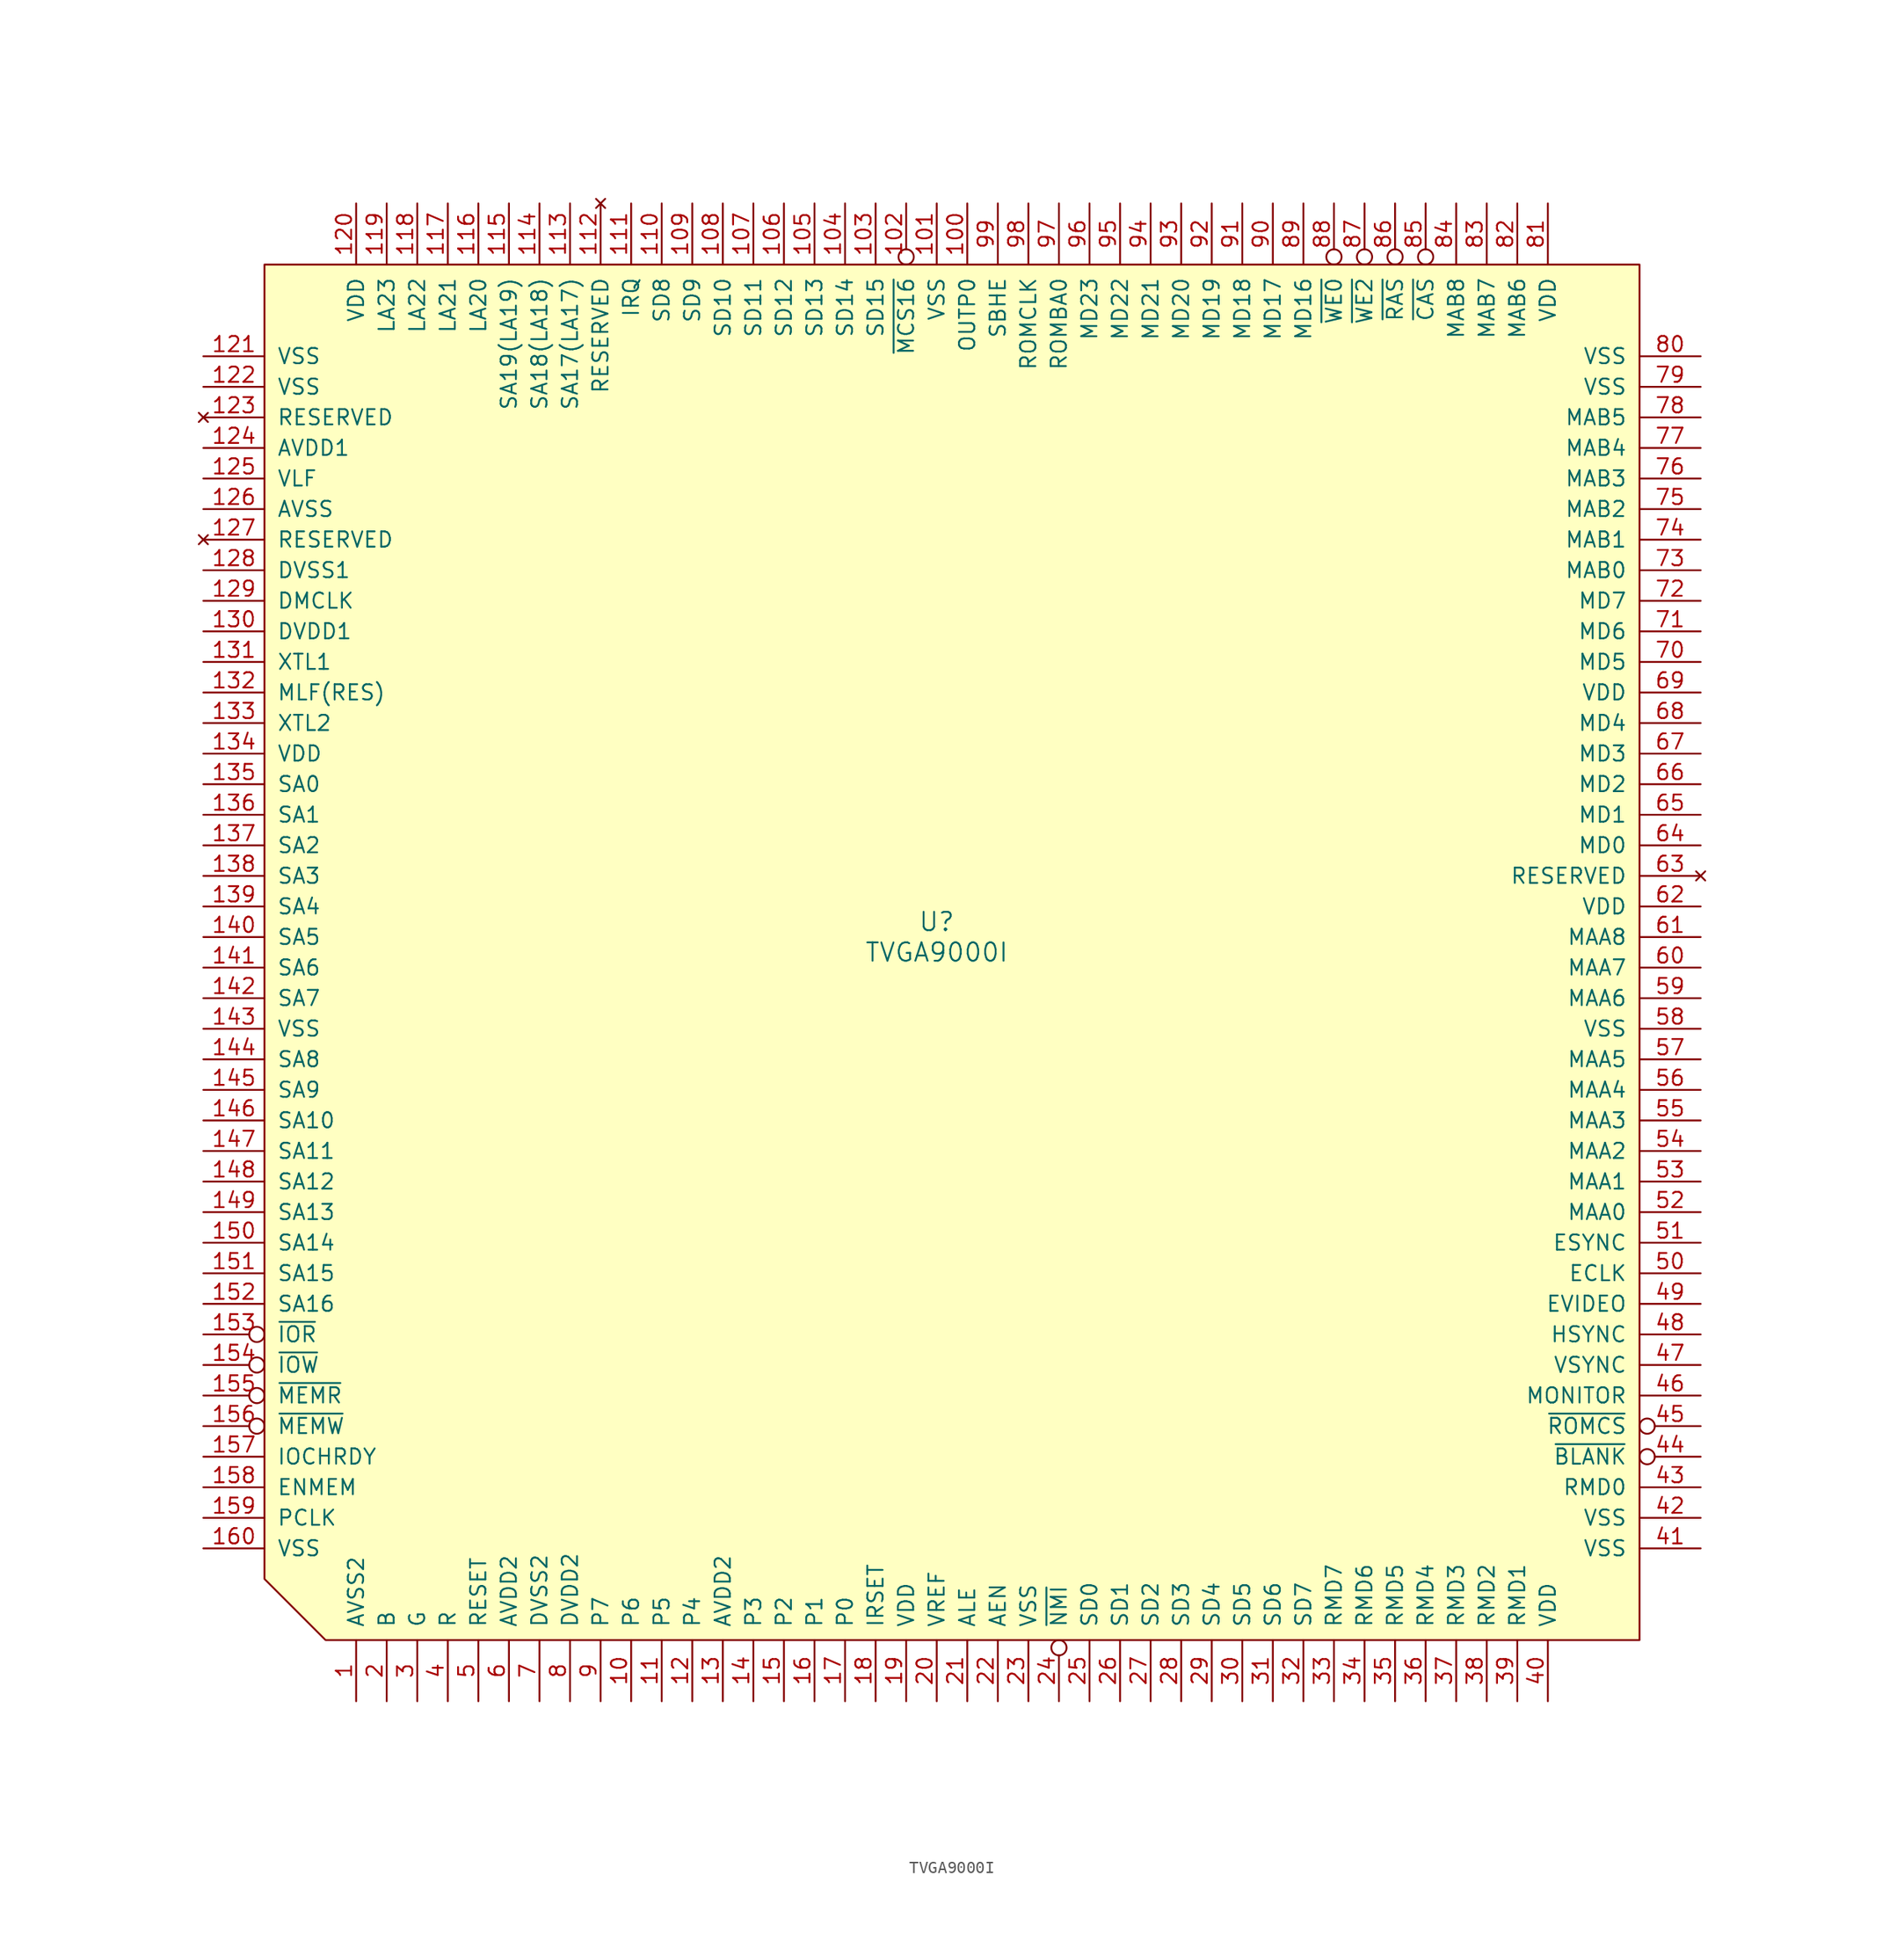
<source format=kicad_sym>
(kicad_symbol_lib
  (version 20211014)
  (generator kicad_symbol_editor)
  (symbol "TVGA9000I"
    (pin_names
      (offset 1.016))
    (property "Reference" "U"
      (at 0 1.27 0)
      (effects (font (size 1.524 1.524))))
    (property "Value" "TVGA9000I"
      (at 0 -1.27 0)
      (effects (font (size 1.524 1.524))))
    (property "Footprint" ""
      (at 0 0 0)
      (effects (font (size 1.524 1.524))))
    (property "Datasheet" ""
      (at 0 0 0)
      (effects (font (size 1.524 1.524))))
    (symbol "TVGA9000I_0_1"
      (polyline (pts (xy 58.42 -58.42) (xy -50.8 -58.42) (xy -55.88 -53.34) (xy -55.88 55.88) (xy 58.42 55.88) (xy 58.42 -58.42)) (stroke (width 0) (type default) (color 0 0 0 0)) (fill (type background))))
    (symbol "TVGA9000I_1_1"
      (pin power_in line (at -48.26 -63.5 90) (length 5.08) (name "AVSS2" (effects (font (size 1.27 1.27)))) (number "1" (effects (font (size 1.27 1.27)))))
      (pin bidirectional line (at -25.4 -63.5 90) (length 5.08) (name "P6" (effects (font (size 1.27 1.27)))) (number "10" (effects (font (size 1.27 1.27)))))
      (pin output line (at 2.54 60.96 270) (length 5.08) (name "OUTP0" (effects (font (size 1.27 1.27)))) (number "100" (effects (font (size 1.27 1.27)))))
      (pin power_in line (at 0 60.96 270) (length 5.08) (name "VSS" (effects (font (size 1.27 1.27)))) (number "101" (effects (font (size 1.27 1.27)))))
      (pin output inverted (at -2.54 60.96 270) (length 5.08) (name "~{MCS16}" (effects (font (size 1.27 1.27)))) (number "102" (effects (font (size 1.27 1.27)))))
      (pin tri_state line (at -5.08 60.96 270) (length 5.08) (name "SD15" (effects (font (size 1.27 1.27)))) (number "103" (effects (font (size 1.27 1.27)))))
      (pin tri_state line (at -7.62 60.96 270) (length 5.08) (name "SD14" (effects (font (size 1.27 1.27)))) (number "104" (effects (font (size 1.27 1.27)))))
      (pin tri_state line (at -10.16 60.96 270) (length 5.08) (name "SD13" (effects (font (size 1.27 1.27)))) (number "105" (effects (font (size 1.27 1.27)))))
      (pin tri_state line (at -12.7 60.96 270) (length 5.08) (name "SD12" (effects (font (size 1.27 1.27)))) (number "106" (effects (font (size 1.27 1.27)))))
      (pin tri_state line (at -15.24 60.96 270) (length 5.08) (name "SD11" (effects (font (size 1.27 1.27)))) (number "107" (effects (font (size 1.27 1.27)))))
      (pin tri_state line (at -17.78 60.96 270) (length 5.08) (name "SD10" (effects (font (size 1.27 1.27)))) (number "108" (effects (font (size 1.27 1.27)))))
      (pin tri_state line (at -20.32 60.96 270) (length 5.08) (name "SD9" (effects (font (size 1.27 1.27)))) (number "109" (effects (font (size 1.27 1.27)))))
      (pin bidirectional line (at -22.86 -63.5 90) (length 5.08) (name "P5" (effects (font (size 1.27 1.27)))) (number "11" (effects (font (size 1.27 1.27)))))
      (pin tri_state line (at -22.86 60.96 270) (length 5.08) (name "SD8" (effects (font (size 1.27 1.27)))) (number "110" (effects (font (size 1.27 1.27)))))
      (pin output line (at -25.4 60.96 270) (length 5.08) (name "IRQ" (effects (font (size 1.27 1.27)))) (number "111" (effects (font (size 1.27 1.27)))))
      (pin no_connect line (at -27.94 60.96 270) (length 5.08) (name "RESERVED" (effects (font (size 1.27 1.27)))) (number "112" (effects (font (size 1.27 1.27)))))
      (pin input line (at -30.48 60.96 270) (length 5.08) (name "SA17(LA17)" (effects (font (size 1.27 1.27)))) (number "113" (effects (font (size 1.27 1.27)))))
      (pin input line (at -33.02 60.96 270) (length 5.08) (name "SA18(LA18)" (effects (font (size 1.27 1.27)))) (number "114" (effects (font (size 1.27 1.27)))))
      (pin input line (at -35.56 60.96 270) (length 5.08) (name "SA19(LA19)" (effects (font (size 1.27 1.27)))) (number "115" (effects (font (size 1.27 1.27)))))
      (pin input line (at -38.1 60.96 270) (length 5.08) (name "LA20" (effects (font (size 1.27 1.27)))) (number "116" (effects (font (size 1.27 1.27)))))
      (pin input line (at -40.64 60.96 270) (length 5.08) (name "LA21" (effects (font (size 1.27 1.27)))) (number "117" (effects (font (size 1.27 1.27)))))
      (pin input line (at -43.18 60.96 270) (length 5.08) (name "LA22" (effects (font (size 1.27 1.27)))) (number "118" (effects (font (size 1.27 1.27)))))
      (pin input line (at -45.72 60.96 270) (length 5.08) (name "LA23" (effects (font (size 1.27 1.27)))) (number "119" (effects (font (size 1.27 1.27)))))
      (pin bidirectional line (at -20.32 -63.5 90) (length 5.08) (name "P4" (effects (font (size 1.27 1.27)))) (number "12" (effects (font (size 1.27 1.27)))))
      (pin power_in line (at -48.26 60.96 270) (length 5.08) (name "VDD" (effects (font (size 1.27 1.27)))) (number "120" (effects (font (size 1.27 1.27)))))
      (pin power_in line (at -60.96 48.26 0) (length 5.08) (name "VSS" (effects (font (size 1.27 1.27)))) (number "121" (effects (font (size 1.27 1.27)))))
      (pin power_in line (at -60.96 45.72 0) (length 5.08) (name "VSS" (effects (font (size 1.27 1.27)))) (number "122" (effects (font (size 1.27 1.27)))))
      (pin no_connect line (at -60.96 43.18 0) (length 5.08) (name "RESERVED" (effects (font (size 1.27 1.27)))) (number "123" (effects (font (size 1.27 1.27)))))
      (pin power_in line (at -60.96 40.64 0) (length 5.08) (name "AVDD1" (effects (font (size 1.27 1.27)))) (number "124" (effects (font (size 1.27 1.27)))))
      (pin output line (at -60.96 38.1 0) (length 5.08) (name "VLF" (effects (font (size 1.27 1.27)))) (number "125" (effects (font (size 1.27 1.27)))))
      (pin power_in line (at -60.96 35.56 0) (length 5.08) (name "AVSS" (effects (font (size 1.27 1.27)))) (number "126" (effects (font (size 1.27 1.27)))))
      (pin no_connect line (at -60.96 33.02 0) (length 5.08) (name "RESERVED" (effects (font (size 1.27 1.27)))) (number "127" (effects (font (size 1.27 1.27)))))
      (pin power_in line (at -60.96 30.48 0) (length 5.08) (name "DVSS1" (effects (font (size 1.27 1.27)))) (number "128" (effects (font (size 1.27 1.27)))))
      (pin tri_state line (at -60.96 27.94 0) (length 5.08) (name "DMCLK" (effects (font (size 1.27 1.27)))) (number "129" (effects (font (size 1.27 1.27)))))
      (pin power_in line (at -17.78 -63.5 90) (length 5.08) (name "AVDD2" (effects (font (size 1.27 1.27)))) (number "13" (effects (font (size 1.27 1.27)))))
      (pin power_in line (at -60.96 25.4 0) (length 5.08) (name "DVDD1" (effects (font (size 1.27 1.27)))) (number "130" (effects (font (size 1.27 1.27)))))
      (pin output line (at -60.96 22.86 0) (length 5.08) (name "XTL1" (effects (font (size 1.27 1.27)))) (number "131" (effects (font (size 1.27 1.27)))))
      (pin output line (at -60.96 20.32 0) (length 5.08) (name "MLF(RES)" (effects (font (size 1.27 1.27)))) (number "132" (effects (font (size 1.27 1.27)))))
      (pin input line (at -60.96 17.78 0) (length 5.08) (name "XTL2" (effects (font (size 1.27 1.27)))) (number "133" (effects (font (size 1.27 1.27)))))
      (pin power_in line (at -60.96 15.24 0) (length 5.08) (name "VDD" (effects (font (size 1.27 1.27)))) (number "134" (effects (font (size 1.27 1.27)))))
      (pin input line (at -60.96 12.7 0) (length 5.08) (name "SA0" (effects (font (size 1.27 1.27)))) (number "135" (effects (font (size 1.27 1.27)))))
      (pin input line (at -60.96 10.16 0) (length 5.08) (name "SA1" (effects (font (size 1.27 1.27)))) (number "136" (effects (font (size 1.27 1.27)))))
      (pin input line (at -60.96 7.62 0) (length 5.08) (name "SA2" (effects (font (size 1.27 1.27)))) (number "137" (effects (font (size 1.27 1.27)))))
      (pin input line (at -60.96 5.08 0) (length 5.08) (name "SA3" (effects (font (size 1.27 1.27)))) (number "138" (effects (font (size 1.27 1.27)))))
      (pin input line (at -60.96 2.54 0) (length 5.08) (name "SA4" (effects (font (size 1.27 1.27)))) (number "139" (effects (font (size 1.27 1.27)))))
      (pin bidirectional line (at -15.24 -63.5 90) (length 5.08) (name "P3" (effects (font (size 1.27 1.27)))) (number "14" (effects (font (size 1.27 1.27)))))
      (pin input line (at -60.96 0 0) (length 5.08) (name "SA5" (effects (font (size 1.27 1.27)))) (number "140" (effects (font (size 1.27 1.27)))))
      (pin input line (at -60.96 -2.54 0) (length 5.08) (name "SA6" (effects (font (size 1.27 1.27)))) (number "141" (effects (font (size 1.27 1.27)))))
      (pin input line (at -60.96 -5.08 0) (length 5.08) (name "SA7" (effects (font (size 1.27 1.27)))) (number "142" (effects (font (size 1.27 1.27)))))
      (pin power_in line (at -60.96 -7.62 0) (length 5.08) (name "VSS" (effects (font (size 1.27 1.27)))) (number "143" (effects (font (size 1.27 1.27)))))
      (pin input line (at -60.96 -10.16 0) (length 5.08) (name "SA8" (effects (font (size 1.27 1.27)))) (number "144" (effects (font (size 1.27 1.27)))))
      (pin input line (at -60.96 -12.7 0) (length 5.08) (name "SA9" (effects (font (size 1.27 1.27)))) (number "145" (effects (font (size 1.27 1.27)))))
      (pin input line (at -60.96 -15.24 0) (length 5.08) (name "SA10" (effects (font (size 1.27 1.27)))) (number "146" (effects (font (size 1.27 1.27)))))
      (pin input line (at -60.96 -17.78 0) (length 5.08) (name "SA11" (effects (font (size 1.27 1.27)))) (number "147" (effects (font (size 1.27 1.27)))))
      (pin input line (at -60.96 -20.32 0) (length 5.08) (name "SA12" (effects (font (size 1.27 1.27)))) (number "148" (effects (font (size 1.27 1.27)))))
      (pin input line (at -60.96 -22.86 0) (length 5.08) (name "SA13" (effects (font (size 1.27 1.27)))) (number "149" (effects (font (size 1.27 1.27)))))
      (pin bidirectional line (at -12.7 -63.5 90) (length 5.08) (name "P2" (effects (font (size 1.27 1.27)))) (number "15" (effects (font (size 1.27 1.27)))))
      (pin input line (at -60.96 -25.4 0) (length 5.08) (name "SA14" (effects (font (size 1.27 1.27)))) (number "150" (effects (font (size 1.27 1.27)))))
      (pin input line (at -60.96 -27.94 0) (length 5.08) (name "SA15" (effects (font (size 1.27 1.27)))) (number "151" (effects (font (size 1.27 1.27)))))
      (pin input line (at -60.96 -30.48 0) (length 5.08) (name "SA16" (effects (font (size 1.27 1.27)))) (number "152" (effects (font (size 1.27 1.27)))))
      (pin input inverted (at -60.96 -33.02 0) (length 5.08) (name "~{IOR}" (effects (font (size 1.27 1.27)))) (number "153" (effects (font (size 1.27 1.27)))))
      (pin input inverted (at -60.96 -35.56 0) (length 5.08) (name "~{IOW}" (effects (font (size 1.27 1.27)))) (number "154" (effects (font (size 1.27 1.27)))))
      (pin input inverted (at -60.96 -38.1 0) (length 5.08) (name "~{MEMR}" (effects (font (size 1.27 1.27)))) (number "155" (effects (font (size 1.27 1.27)))))
      (pin input inverted (at -60.96 -40.64 0) (length 5.08) (name "~{MEMW}" (effects (font (size 1.27 1.27)))) (number "156" (effects (font (size 1.27 1.27)))))
      (pin open_collector line (at -60.96 -43.18 0) (length 5.08) (name "IOCHRDY" (effects (font (size 1.27 1.27)))) (number "157" (effects (font (size 1.27 1.27)))))
      (pin input line (at -60.96 -45.72 0) (length 5.08) (name "ENMEM" (effects (font (size 1.27 1.27)))) (number "158" (effects (font (size 1.27 1.27)))))
      (pin bidirectional line (at -60.96 -48.26 0) (length 5.08) (name "PCLK" (effects (font (size 1.27 1.27)))) (number "159" (effects (font (size 1.27 1.27)))))
      (pin bidirectional line (at -10.16 -63.5 90) (length 5.08) (name "P1" (effects (font (size 1.27 1.27)))) (number "16" (effects (font (size 1.27 1.27)))))
      (pin power_in line (at -60.96 -50.8 0) (length 5.08) (name "VSS" (effects (font (size 1.27 1.27)))) (number "160" (effects (font (size 1.27 1.27)))))
      (pin bidirectional line (at -7.62 -63.5 90) (length 5.08) (name "P0" (effects (font (size 1.27 1.27)))) (number "17" (effects (font (size 1.27 1.27)))))
      (pin input line (at -5.08 -63.5 90) (length 5.08) (name "IRSET" (effects (font (size 1.27 1.27)))) (number "18" (effects (font (size 1.27 1.27)))))
      (pin power_in line (at -2.54 -63.5 90) (length 5.08) (name "VDD" (effects (font (size 1.27 1.27)))) (number "19" (effects (font (size 1.27 1.27)))))
      (pin output line (at -45.72 -63.5 90) (length 5.08) (name "B" (effects (font (size 1.27 1.27)))) (number "2" (effects (font (size 1.27 1.27)))))
      (pin input line (at 0 -63.5 90) (length 5.08) (name "VREF" (effects (font (size 1.27 1.27)))) (number "20" (effects (font (size 1.27 1.27)))))
      (pin input line (at 2.54 -63.5 90) (length 5.08) (name "ALE" (effects (font (size 1.27 1.27)))) (number "21" (effects (font (size 1.27 1.27)))))
      (pin input line (at 5.08 -63.5 90) (length 5.08) (name "AEN" (effects (font (size 1.27 1.27)))) (number "22" (effects (font (size 1.27 1.27)))))
      (pin power_in line (at 7.62 -63.5 90) (length 5.08) (name "VSS" (effects (font (size 1.27 1.27)))) (number "23" (effects (font (size 1.27 1.27)))))
      (pin open_collector inverted (at 10.16 -63.5 90) (length 5.08) (name "~{NMI}" (effects (font (size 1.27 1.27)))) (number "24" (effects (font (size 1.27 1.27)))))
      (pin tri_state line (at 12.7 -63.5 90) (length 5.08) (name "SD0" (effects (font (size 1.27 1.27)))) (number "25" (effects (font (size 1.27 1.27)))))
      (pin tri_state line (at 15.24 -63.5 90) (length 5.08) (name "SD1" (effects (font (size 1.27 1.27)))) (number "26" (effects (font (size 1.27 1.27)))))
      (pin tri_state line (at 17.78 -63.5 90) (length 5.08) (name "SD2" (effects (font (size 1.27 1.27)))) (number "27" (effects (font (size 1.27 1.27)))))
      (pin tri_state line (at 20.32 -63.5 90) (length 5.08) (name "SD3" (effects (font (size 1.27 1.27)))) (number "28" (effects (font (size 1.27 1.27)))))
      (pin tri_state line (at 22.86 -63.5 90) (length 5.08) (name "SD4" (effects (font (size 1.27 1.27)))) (number "29" (effects (font (size 1.27 1.27)))))
      (pin output line (at -43.18 -63.5 90) (length 5.08) (name "G" (effects (font (size 1.27 1.27)))) (number "3" (effects (font (size 1.27 1.27)))))
      (pin tri_state line (at 25.4 -63.5 90) (length 5.08) (name "SD5" (effects (font (size 1.27 1.27)))) (number "30" (effects (font (size 1.27 1.27)))))
      (pin tri_state line (at 27.94 -63.5 90) (length 5.08) (name "SD6" (effects (font (size 1.27 1.27)))) (number "31" (effects (font (size 1.27 1.27)))))
      (pin tri_state line (at 30.48 -63.5 90) (length 5.08) (name "SD7" (effects (font (size 1.27 1.27)))) (number "32" (effects (font (size 1.27 1.27)))))
      (pin tri_state line (at 33.02 -63.5 90) (length 5.08) (name "RMD7" (effects (font (size 1.27 1.27)))) (number "33" (effects (font (size 1.27 1.27)))))
      (pin tri_state line (at 35.56 -63.5 90) (length 5.08) (name "RMD6" (effects (font (size 1.27 1.27)))) (number "34" (effects (font (size 1.27 1.27)))))
      (pin tri_state line (at 38.1 -63.5 90) (length 5.08) (name "RMD5" (effects (font (size 1.27 1.27)))) (number "35" (effects (font (size 1.27 1.27)))))
      (pin tri_state line (at 40.64 -63.5 90) (length 5.08) (name "RMD4" (effects (font (size 1.27 1.27)))) (number "36" (effects (font (size 1.27 1.27)))))
      (pin tri_state line (at 43.18 -63.5 90) (length 5.08) (name "RMD3" (effects (font (size 1.27 1.27)))) (number "37" (effects (font (size 1.27 1.27)))))
      (pin tri_state line (at 45.72 -63.5 90) (length 5.08) (name "RMD2" (effects (font (size 1.27 1.27)))) (number "38" (effects (font (size 1.27 1.27)))))
      (pin tri_state line (at 48.26 -63.5 90) (length 5.08) (name "RMD1" (effects (font (size 1.27 1.27)))) (number "39" (effects (font (size 1.27 1.27)))))
      (pin output line (at -40.64 -63.5 90) (length 5.08) (name "R" (effects (font (size 1.27 1.27)))) (number "4" (effects (font (size 1.27 1.27)))))
      (pin power_in line (at 50.8 -63.5 90) (length 5.08) (name "VDD" (effects (font (size 1.27 1.27)))) (number "40" (effects (font (size 1.27 1.27)))))
      (pin power_in line (at 63.5 -50.8 180) (length 5.08) (name "VSS" (effects (font (size 1.27 1.27)))) (number "41" (effects (font (size 1.27 1.27)))))
      (pin power_in line (at 63.5 -48.26 180) (length 5.08) (name "VSS" (effects (font (size 1.27 1.27)))) (number "42" (effects (font (size 1.27 1.27)))))
      (pin tri_state line (at 63.5 -45.72 180) (length 5.08) (name "RMD0" (effects (font (size 1.27 1.27)))) (number "43" (effects (font (size 1.27 1.27)))))
      (pin bidirectional inverted (at 63.5 -43.18 180) (length 5.08) (name "~{BLANK}" (effects (font (size 1.27 1.27)))) (number "44" (effects (font (size 1.27 1.27)))))
      (pin output inverted (at 63.5 -40.64 180) (length 5.08) (name "~{ROMCS}" (effects (font (size 1.27 1.27)))) (number "45" (effects (font (size 1.27 1.27)))))
      (pin input line (at 63.5 -38.1 180) (length 5.08) (name "MONITOR" (effects (font (size 1.27 1.27)))) (number "46" (effects (font (size 1.27 1.27)))))
      (pin output line (at 63.5 -35.56 180) (length 5.08) (name "VSYNC" (effects (font (size 1.27 1.27)))) (number "47" (effects (font (size 1.27 1.27)))))
      (pin output line (at 63.5 -33.02 180) (length 5.08) (name "HSYNC" (effects (font (size 1.27 1.27)))) (number "48" (effects (font (size 1.27 1.27)))))
      (pin input line (at 63.5 -30.48 180) (length 5.08) (name "EVIDEO" (effects (font (size 1.27 1.27)))) (number "49" (effects (font (size 1.27 1.27)))))
      (pin input line (at -38.1 -63.5 90) (length 5.08) (name "RESET" (effects (font (size 1.27 1.27)))) (number "5" (effects (font (size 1.27 1.27)))))
      (pin input line (at 63.5 -27.94 180) (length 5.08) (name "ECLK" (effects (font (size 1.27 1.27)))) (number "50" (effects (font (size 1.27 1.27)))))
      (pin input line (at 63.5 -25.4 180) (length 5.08) (name "ESYNC" (effects (font (size 1.27 1.27)))) (number "51" (effects (font (size 1.27 1.27)))))
      (pin output line (at 63.5 -22.86 180) (length 5.08) (name "MAA0" (effects (font (size 1.27 1.27)))) (number "52" (effects (font (size 1.27 1.27)))))
      (pin output line (at 63.5 -20.32 180) (length 5.08) (name "MAA1" (effects (font (size 1.27 1.27)))) (number "53" (effects (font (size 1.27 1.27)))))
      (pin output line (at 63.5 -17.78 180) (length 5.08) (name "MAA2" (effects (font (size 1.27 1.27)))) (number "54" (effects (font (size 1.27 1.27)))))
      (pin output line (at 63.5 -15.24 180) (length 5.08) (name "MAA3" (effects (font (size 1.27 1.27)))) (number "55" (effects (font (size 1.27 1.27)))))
      (pin output line (at 63.5 -12.7 180) (length 5.08) (name "MAA4" (effects (font (size 1.27 1.27)))) (number "56" (effects (font (size 1.27 1.27)))))
      (pin output line (at 63.5 -10.16 180) (length 5.08) (name "MAA5" (effects (font (size 1.27 1.27)))) (number "57" (effects (font (size 1.27 1.27)))))
      (pin power_in line (at 63.5 -7.62 180) (length 5.08) (name "VSS" (effects (font (size 1.27 1.27)))) (number "58" (effects (font (size 1.27 1.27)))))
      (pin output line (at 63.5 -5.08 180) (length 5.08) (name "MAA6" (effects (font (size 1.27 1.27)))) (number "59" (effects (font (size 1.27 1.27)))))
      (pin power_in line (at -35.56 -63.5 90) (length 5.08) (name "AVDD2" (effects (font (size 1.27 1.27)))) (number "6" (effects (font (size 1.27 1.27)))))
      (pin output line (at 63.5 -2.54 180) (length 5.08) (name "MAA7" (effects (font (size 1.27 1.27)))) (number "60" (effects (font (size 1.27 1.27)))))
      (pin output line (at 63.5 0 180) (length 5.08) (name "MAA8" (effects (font (size 1.27 1.27)))) (number "61" (effects (font (size 1.27 1.27)))))
      (pin power_in line (at 63.5 2.54 180) (length 5.08) (name "VDD" (effects (font (size 1.27 1.27)))) (number "62" (effects (font (size 1.27 1.27)))))
      (pin no_connect line (at 63.5 5.08 180) (length 5.08) (name "RESERVED" (effects (font (size 1.27 1.27)))) (number "63" (effects (font (size 1.27 1.27)))))
      (pin tri_state line (at 63.5 7.62 180) (length 5.08) (name "MD0" (effects (font (size 1.27 1.27)))) (number "64" (effects (font (size 1.27 1.27)))))
      (pin tri_state line (at 63.5 10.16 180) (length 5.08) (name "MD1" (effects (font (size 1.27 1.27)))) (number "65" (effects (font (size 1.27 1.27)))))
      (pin tri_state line (at 63.5 12.7 180) (length 5.08) (name "MD2" (effects (font (size 1.27 1.27)))) (number "66" (effects (font (size 1.27 1.27)))))
      (pin tri_state line (at 63.5 15.24 180) (length 5.08) (name "MD3" (effects (font (size 1.27 1.27)))) (number "67" (effects (font (size 1.27 1.27)))))
      (pin tri_state line (at 63.5 17.78 180) (length 5.08) (name "MD4" (effects (font (size 1.27 1.27)))) (number "68" (effects (font (size 1.27 1.27)))))
      (pin power_in line (at 63.5 20.32 180) (length 5.08) (name "VDD" (effects (font (size 1.27 1.27)))) (number "69" (effects (font (size 1.27 1.27)))))
      (pin power_in line (at -33.02 -63.5 90) (length 5.08) (name "DVSS2" (effects (font (size 1.27 1.27)))) (number "7" (effects (font (size 1.27 1.27)))))
      (pin tri_state line (at 63.5 22.86 180) (length 5.08) (name "MD5" (effects (font (size 1.27 1.27)))) (number "70" (effects (font (size 1.27 1.27)))))
      (pin tri_state line (at 63.5 25.4 180) (length 5.08) (name "MD6" (effects (font (size 1.27 1.27)))) (number "71" (effects (font (size 1.27 1.27)))))
      (pin tri_state line (at 63.5 27.94 180) (length 5.08) (name "MD7" (effects (font (size 1.27 1.27)))) (number "72" (effects (font (size 1.27 1.27)))))
      (pin output line (at 63.5 30.48 180) (length 5.08) (name "MAB0" (effects (font (size 1.27 1.27)))) (number "73" (effects (font (size 1.27 1.27)))))
      (pin output line (at 63.5 33.02 180) (length 5.08) (name "MAB1" (effects (font (size 1.27 1.27)))) (number "74" (effects (font (size 1.27 1.27)))))
      (pin output line (at 63.5 35.56 180) (length 5.08) (name "MAB2" (effects (font (size 1.27 1.27)))) (number "75" (effects (font (size 1.27 1.27)))))
      (pin output line (at 63.5 38.1 180) (length 5.08) (name "MAB3" (effects (font (size 1.27 1.27)))) (number "76" (effects (font (size 1.27 1.27)))))
      (pin output line (at 63.5 40.64 180) (length 5.08) (name "MAB4" (effects (font (size 1.27 1.27)))) (number "77" (effects (font (size 1.27 1.27)))))
      (pin output line (at 63.5 43.18 180) (length 5.08) (name "MAB5" (effects (font (size 1.27 1.27)))) (number "78" (effects (font (size 1.27 1.27)))))
      (pin power_in line (at 63.5 45.72 180) (length 5.08) (name "VSS" (effects (font (size 1.27 1.27)))) (number "79" (effects (font (size 1.27 1.27)))))
      (pin power_in line (at -30.48 -63.5 90) (length 5.08) (name "DVDD2" (effects (font (size 1.27 1.27)))) (number "8" (effects (font (size 1.27 1.27)))))
      (pin power_in line (at 63.5 48.26 180) (length 5.08) (name "VSS" (effects (font (size 1.27 1.27)))) (number "80" (effects (font (size 1.27 1.27)))))
      (pin power_in line (at 50.8 60.96 270) (length 5.08) (name "VDD" (effects (font (size 1.27 1.27)))) (number "81" (effects (font (size 1.27 1.27)))))
      (pin output line (at 48.26 60.96 270) (length 5.08) (name "MAB6" (effects (font (size 1.27 1.27)))) (number "82" (effects (font (size 1.27 1.27)))))
      (pin output line (at 45.72 60.96 270) (length 5.08) (name "MAB7" (effects (font (size 1.27 1.27)))) (number "83" (effects (font (size 1.27 1.27)))))
      (pin output line (at 43.18 60.96 270) (length 5.08) (name "MAB8" (effects (font (size 1.27 1.27)))) (number "84" (effects (font (size 1.27 1.27)))))
      (pin output inverted (at 40.64 60.96 270) (length 5.08) (name "~{CAS}" (effects (font (size 1.27 1.27)))) (number "85" (effects (font (size 1.27 1.27)))))
      (pin output inverted (at 38.1 60.96 270) (length 5.08) (name "~{RAS}" (effects (font (size 1.27 1.27)))) (number "86" (effects (font (size 1.27 1.27)))))
      (pin output inverted (at 35.56 60.96 270) (length 5.08) (name "~{WE2}" (effects (font (size 1.27 1.27)))) (number "87" (effects (font (size 1.27 1.27)))))
      (pin output inverted (at 33.02 60.96 270) (length 5.08) (name "~{WE0}" (effects (font (size 1.27 1.27)))) (number "88" (effects (font (size 1.27 1.27)))))
      (pin tri_state line (at 30.48 60.96 270) (length 5.08) (name "MD16" (effects (font (size 1.27 1.27)))) (number "89" (effects (font (size 1.27 1.27)))))
      (pin bidirectional line (at -27.94 -63.5 90) (length 5.08) (name "P7" (effects (font (size 1.27 1.27)))) (number "9" (effects (font (size 1.27 1.27)))))
      (pin tri_state line (at 27.94 60.96 270) (length 5.08) (name "MD17" (effects (font (size 1.27 1.27)))) (number "90" (effects (font (size 1.27 1.27)))))
      (pin tri_state line (at 25.4 60.96 270) (length 5.08) (name "MD18" (effects (font (size 1.27 1.27)))) (number "91" (effects (font (size 1.27 1.27)))))
      (pin tri_state line (at 22.86 60.96 270) (length 5.08) (name "MD19" (effects (font (size 1.27 1.27)))) (number "92" (effects (font (size 1.27 1.27)))))
      (pin tri_state line (at 20.32 60.96 270) (length 5.08) (name "MD20" (effects (font (size 1.27 1.27)))) (number "93" (effects (font (size 1.27 1.27)))))
      (pin tri_state line (at 17.78 60.96 270) (length 5.08) (name "MD21" (effects (font (size 1.27 1.27)))) (number "94" (effects (font (size 1.27 1.27)))))
      (pin tri_state line (at 15.24 60.96 270) (length 5.08) (name "MD22" (effects (font (size 1.27 1.27)))) (number "95" (effects (font (size 1.27 1.27)))))
      (pin tri_state line (at 12.7 60.96 270) (length 5.08) (name "MD23" (effects (font (size 1.27 1.27)))) (number "96" (effects (font (size 1.27 1.27)))))
      (pin output line (at 10.16 60.96 270) (length 5.08) (name "ROMBA0" (effects (font (size 1.27 1.27)))) (number "97" (effects (font (size 1.27 1.27)))))
      (pin input line (at 7.62 60.96 270) (length 5.08) (name "ROMCLK" (effects (font (size 1.27 1.27)))) (number "98" (effects (font (size 1.27 1.27)))))
      (pin input line (at 5.08 60.96 270) (length 5.08) (name "SBHE" (effects (font (size 1.27 1.27)))) (number "99" (effects (font (size 1.27 1.27))))))))
</source>
